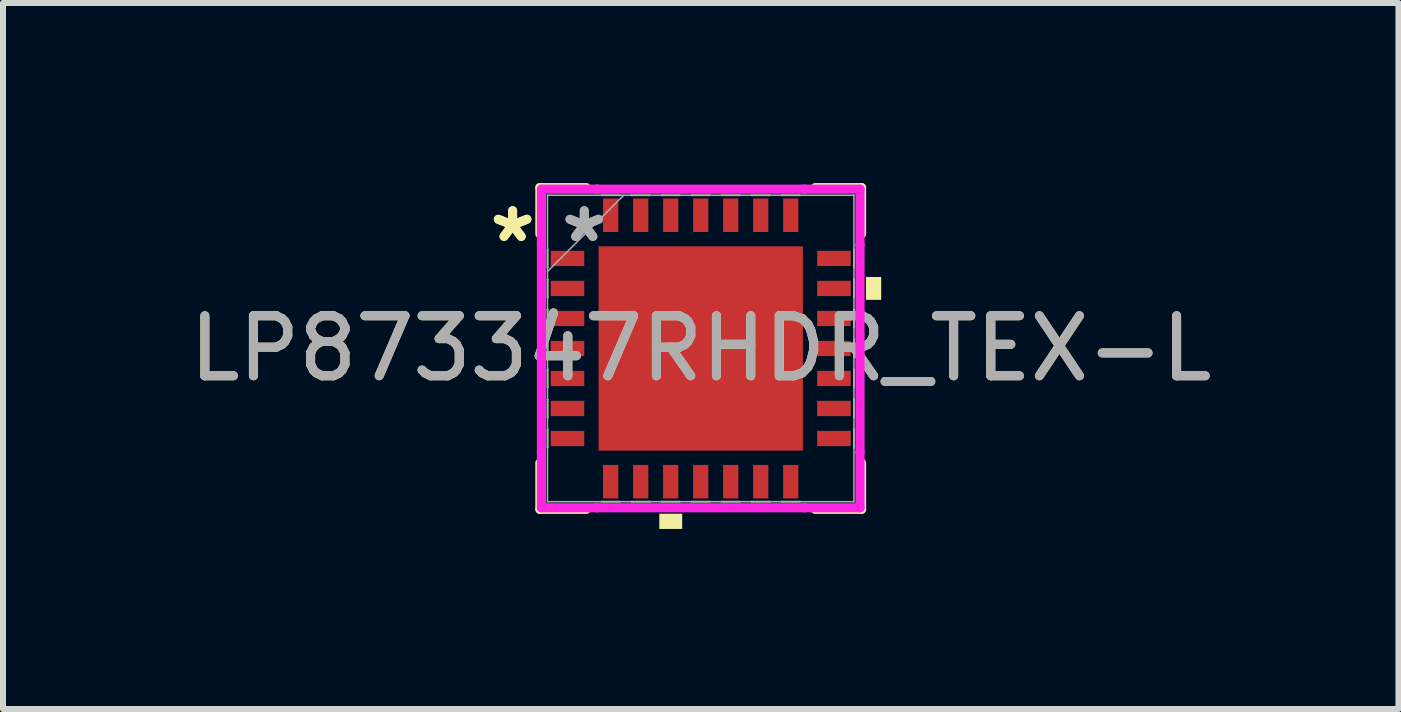
<source format=kicad_pcb>
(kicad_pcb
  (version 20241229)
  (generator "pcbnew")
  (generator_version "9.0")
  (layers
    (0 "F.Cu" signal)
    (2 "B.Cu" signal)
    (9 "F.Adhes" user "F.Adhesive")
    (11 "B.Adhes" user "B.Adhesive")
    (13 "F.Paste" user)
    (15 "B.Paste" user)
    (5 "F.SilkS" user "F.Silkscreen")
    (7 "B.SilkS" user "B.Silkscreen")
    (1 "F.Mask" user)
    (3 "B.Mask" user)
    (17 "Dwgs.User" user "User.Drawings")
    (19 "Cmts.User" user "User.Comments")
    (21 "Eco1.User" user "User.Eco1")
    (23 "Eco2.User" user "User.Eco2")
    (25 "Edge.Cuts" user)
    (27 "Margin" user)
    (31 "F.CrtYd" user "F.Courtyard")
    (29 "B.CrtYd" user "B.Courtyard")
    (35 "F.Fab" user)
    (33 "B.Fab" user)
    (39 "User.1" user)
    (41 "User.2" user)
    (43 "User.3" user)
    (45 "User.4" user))
  (footprint "LP873347RHDR_TEX-L"
    (layer "F.Cu")
    (at 8.625 2.756)
    (property "Reference" "LP873347RHDR_TEX-L" (at 0 0 0) (unlocked yes) (layer "F.SilkS") (effects (font (size 1 1) (thickness 0.15))))
    (attr smd)
    (fp_line (start -2.68 -2.68) (end -2.68 -1.907) (stroke (width 0.152) (type solid)) (layer "F.SilkS"))
    (fp_line (start -2.68 1.907) (end -2.68 2.68) (stroke (width 0.152) (type solid)) (layer "F.SilkS"))
    (fp_line (start -2.68 2.68) (end -1.907 2.68) (stroke (width 0.152) (type solid)) (layer "F.SilkS"))
    (fp_line (start -1.907 -2.68) (end -2.68 -2.68) (stroke (width 0.152) (type solid)) (layer "F.SilkS"))
    (fp_line (start 1.907 2.68) (end 2.68 2.68) (stroke (width 0.152) (type solid)) (layer "F.SilkS"))
    (fp_line (start 2.68 -2.68) (end 1.907 -2.68) (stroke (width 0.152) (type solid)) (layer "F.SilkS"))
    (fp_line (start 2.68 -1.907) (end 2.68 -2.68) (stroke (width 0.152) (type solid)) (layer "F.SilkS"))
    (fp_line (start 2.68 2.68) (end 2.68 1.907) (stroke (width 0.152) (type solid)) (layer "F.SilkS"))
    (fp_poly (pts (xy -0.69 2.753) (xy -0.69 3.007) (xy -0.309 3.007) (xy -0.309 2.753)) (stroke (width 0) (type solid)) (fill yes) (layer "F.SilkS"))
    (fp_poly (pts (xy 3.007 -1.191) (xy 3.007 -0.81) (xy 2.753 -0.81) (xy 2.753 -1.191)) (stroke (width 0) (type solid)) (fill yes) (layer "F.SilkS"))
    (fp_poly (pts (xy -1.602 -1.602) (xy -1.602 -0.1) (xy -0.1 -0.1) (xy -0.1 -1.602)) (stroke (width 0) (type solid)) (fill yes) (layer "F.Paste"))
    (fp_poly (pts (xy -1.602 0.1) (xy -1.602 1.602) (xy -0.1 1.602) (xy -0.1 0.1)) (stroke (width 0) (type solid)) (fill yes) (layer "F.Paste"))
    (fp_poly (pts (xy 0.1 -1.602) (xy 0.1 -0.1) (xy 1.602 -0.1) (xy 1.602 -1.602)) (stroke (width 0) (type solid)) (fill yes) (layer "F.Paste"))
    (fp_poly (pts (xy 0.1 0.1) (xy 0.1 1.602) (xy 1.602 1.602) (xy 1.602 0.1)) (stroke (width 0) (type solid)) (fill yes) (layer "F.Paste"))
    (fp_line (start -2.654 -2.654) (end -1.729 -2.654) (stroke (width 0.152) (type solid)) (layer "F.CrtYd"))
    (fp_line (start -2.654 -1.729) (end -2.654 -2.654) (stroke (width 0.152) (type solid)) (layer "F.CrtYd"))
    (fp_line (start -2.654 -1.729) (end -2.654 -1.729) (stroke (width 0.152) (type solid)) (layer "F.CrtYd"))
    (fp_line (start -2.654 1.729) (end -2.654 -1.729) (stroke (width 0.152) (type solid)) (layer "F.CrtYd"))
    (fp_line (start -2.654 1.729) (end -2.654 1.729) (stroke (width 0.152) (type solid)) (layer "F.CrtYd"))
    (fp_line (start -2.654 2.654) (end -2.654 1.729) (stroke (width 0.152) (type solid)) (layer "F.CrtYd"))
    (fp_line (start -1.729 -2.654) (end -1.729 -2.654) (stroke (width 0.152) (type solid)) (layer "F.CrtYd"))
    (fp_line (start -1.729 -2.654) (end 1.729 -2.654) (stroke (width 0.152) (type solid)) (layer "F.CrtYd"))
    (fp_line (start -1.729 2.654) (end -2.654 2.654) (stroke (width 0.152) (type solid)) (layer "F.CrtYd"))
    (fp_line (start -1.729 2.654) (end -1.729 2.654) (stroke (width 0.152) (type solid)) (layer "F.CrtYd"))
    (fp_line (start 1.729 -2.654) (end 1.729 -2.654) (stroke (width 0.152) (type solid)) (layer "F.CrtYd"))
    (fp_line (start 1.729 -2.654) (end 2.654 -2.654) (stroke (width 0.152) (type solid)) (layer "F.CrtYd"))
    (fp_line (start 1.729 2.654) (end -1.729 2.654) (stroke (width 0.152) (type solid)) (layer "F.CrtYd"))
    (fp_line (start 1.729 2.654) (end 1.729 2.654) (stroke (width 0.152) (type solid)) (layer "F.CrtYd"))
    (fp_line (start 2.654 -2.654) (end 2.654 -1.729) (stroke (width 0.152) (type solid)) (layer "F.CrtYd"))
    (fp_line (start 2.654 -1.729) (end 2.654 -1.729) (stroke (width 0.152) (type solid)) (layer "F.CrtYd"))
    (fp_line (start 2.654 -1.729) (end 2.654 1.729) (stroke (width 0.152) (type solid)) (layer "F.CrtYd"))
    (fp_line (start 2.654 1.729) (end 2.654 1.729) (stroke (width 0.152) (type solid)) (layer "F.CrtYd"))
    (fp_line (start 2.654 1.729) (end 2.654 2.654) (stroke (width 0.152) (type solid)) (layer "F.CrtYd"))
    (fp_line (start 2.654 2.654) (end 1.729 2.654) (stroke (width 0.152) (type solid)) (layer "F.CrtYd"))
    (fp_line (start -2.553 -2.553) (end -2.553 -2.553) (stroke (width 0.025) (type solid)) (layer "F.Fab"))
    (fp_line (start -2.553 -2.553) (end -2.553 2.553) (stroke (width 0.025) (type solid)) (layer "F.Fab"))
    (fp_line (start -2.553 -1.652) (end -2.55 -1.652) (stroke (width 0.025) (type solid)) (layer "F.Fab"))
    (fp_line (start -2.553 -1.348) (end -2.553 -1.652) (stroke (width 0.025) (type solid)) (layer "F.Fab"))
    (fp_line (start -2.553 -1.283) (end -1.283 -2.553) (stroke (width 0.025) (type solid)) (layer "F.Fab"))
    (fp_line (start -2.553 -1.152) (end -2.55 -1.152) (stroke (width 0.025) (type solid)) (layer "F.Fab"))
    (fp_line (start -2.553 -0.848) (end -2.553 -1.152) (stroke (width 0.025) (type solid)) (layer "F.Fab"))
    (fp_line (start -2.553 -0.652) (end -2.55 -0.652) (stroke (width 0.025) (type solid)) (layer "F.Fab"))
    (fp_line (start -2.553 -0.348) (end -2.553 -0.652) (stroke (width 0.025) (type solid)) (layer "F.Fab"))
    (fp_line (start -2.553 -0.152) (end -2.55 -0.152) (stroke (width 0.025) (type solid)) (layer "F.Fab"))
    (fp_line (start -2.553 0.152) (end -2.553 -0.152) (stroke (width 0.025) (type solid)) (layer "F.Fab"))
    (fp_line (start -2.553 0.348) (end -2.55 0.348) (stroke (width 0.025) (type solid)) (layer "F.Fab"))
    (fp_line (start -2.553 0.652) (end -2.553 0.348) (stroke (width 0.025) (type solid)) (layer "F.Fab"))
    (fp_line (start -2.553 0.848) (end -2.55 0.848) (stroke (width 0.025) (type solid)) (layer "F.Fab"))
    (fp_line (start -2.553 1.152) (end -2.553 0.848) (stroke (width 0.025) (type solid)) (layer "F.Fab"))
    (fp_line (start -2.553 1.348) (end -2.55 1.348) (stroke (width 0.025) (type solid)) (layer "F.Fab"))
    (fp_line (start -2.553 1.652) (end -2.553 1.348) (stroke (width 0.025) (type solid)) (layer "F.Fab"))
    (fp_line (start -2.553 2.553) (end -2.553 2.553) (stroke (width 0.025) (type solid)) (layer "F.Fab"))
    (fp_line (start -2.553 2.553) (end 2.553 2.553) (stroke (width 0.025) (type solid)) (layer "F.Fab"))
    (fp_line (start -2.55 -1.652) (end -2.55 -1.348) (stroke (width 0.025) (type solid)) (layer "F.Fab"))
    (fp_line (start -2.55 -1.348) (end -2.553 -1.348) (stroke (width 0.025) (type solid)) (layer "F.Fab"))
    (fp_line (start -2.55 -1.152) (end -2.55 -0.848) (stroke (width 0.025) (type solid)) (layer "F.Fab"))
    (fp_line (start -2.55 -0.848) (end -2.553 -0.848) (stroke (width 0.025) (type solid)) (layer "F.Fab"))
    (fp_line (start -2.55 -0.652) (end -2.55 -0.348) (stroke (width 0.025) (type solid)) (layer "F.Fab"))
    (fp_line (start -2.55 -0.348) (end -2.553 -0.348) (stroke (width 0.025) (type solid)) (layer "F.Fab"))
    (fp_line (start -2.55 -0.152) (end -2.55 0.152) (stroke (width 0.025) (type solid)) (layer "F.Fab"))
    (fp_line (start -2.55 0.152) (end -2.553 0.152) (stroke (width 0.025) (type solid)) (layer "F.Fab"))
    (fp_line (start -2.55 0.348) (end -2.55 0.652) (stroke (width 0.025) (type solid)) (layer "F.Fab"))
    (fp_line (start -2.55 0.652) (end -2.553 0.652) (stroke (width 0.025) (type solid)) (layer "F.Fab"))
    (fp_line (start -2.55 0.848) (end -2.55 1.152) (stroke (width 0.025) (type solid)) (layer "F.Fab"))
    (fp_line (start -2.55 1.152) (end -2.553 1.152) (stroke (width 0.025) (type solid)) (layer "F.Fab"))
    (fp_line (start -2.55 1.348) (end -2.55 1.652) (stroke (width 0.025) (type solid)) (layer "F.Fab"))
    (fp_line (start -2.55 1.652) (end -2.553 1.652) (stroke (width 0.025) (type solid)) (layer "F.Fab"))
    (fp_line (start -1.652 -2.553) (end -1.348 -2.553) (stroke (width 0.025) (type solid)) (layer "F.Fab"))
    (fp_line (start -1.652 -2.55) (end -1.652 -2.553) (stroke (width 0.025) (type solid)) (layer "F.Fab"))
    (fp_line (start -1.652 2.55) (end -1.348 2.55) (stroke (width 0.025) (type solid)) (layer "F.Fab"))
    (fp_line (start -1.652 2.553) (end -1.652 2.55) (stroke (width 0.025) (type solid)) (layer "F.Fab"))
    (fp_line (start -1.348 -2.553) (end -1.348 -2.55) (stroke (width 0.025) (type solid)) (layer "F.Fab"))
    (fp_line (start -1.348 -2.55) (end -1.652 -2.55) (stroke (width 0.025) (type solid)) (layer "F.Fab"))
    (fp_line (start -1.348 2.55) (end -1.348 2.553) (stroke (width 0.025) (type solid)) (layer "F.Fab"))
    (fp_line (start -1.348 2.553) (end -1.652 2.553) (stroke (width 0.025) (type solid)) (layer "F.Fab"))
    (fp_line (start -1.152 -2.553) (end -0.848 -2.553) (stroke (width 0.025) (type solid)) (layer "F.Fab"))
    (fp_line (start -1.152 -2.55) (end -1.152 -2.553) (stroke (width 0.025) (type solid)) (layer "F.Fab"))
    (fp_line (start -1.152 2.55) (end -0.848 2.55) (stroke (width 0.025) (type solid)) (layer "F.Fab"))
    (fp_line (start -1.152 2.553) (end -1.152 2.55) (stroke (width 0.025) (type solid)) (layer "F.Fab"))
    (fp_line (start -0.848 -2.553) (end -0.848 -2.55) (stroke (width 0.025) (type solid)) (layer "F.Fab"))
    (fp_line (start -0.848 -2.55) (end -1.152 -2.55) (stroke (width 0.025) (type solid)) (layer "F.Fab"))
    (fp_line (start -0.848 2.55) (end -0.848 2.553) (stroke (width 0.025) (type solid)) (layer "F.Fab"))
    (fp_line (start -0.848 2.553) (end -1.152 2.553) (stroke (width 0.025) (type solid)) (layer "F.Fab"))
    (fp_line (start -0.652 -2.553) (end -0.348 -2.553) (stroke (width 0.025) (type solid)) (layer "F.Fab"))
    (fp_line (start -0.652 -2.55) (end -0.652 -2.553) (stroke (width 0.025) (type solid)) (layer "F.Fab"))
    (fp_line (start -0.652 2.55) (end -0.348 2.55) (stroke (width 0.025) (type solid)) (layer "F.Fab"))
    (fp_line (start -0.652 2.553) (end -0.652 2.55) (stroke (width 0.025) (type solid)) (layer "F.Fab"))
    (fp_line (start -0.348 -2.553) (end -0.348 -2.55) (stroke (width 0.025) (type solid)) (layer "F.Fab"))
    (fp_line (start -0.348 -2.55) (end -0.652 -2.55) (stroke (width 0.025) (type solid)) (layer "F.Fab"))
    (fp_line (start -0.348 2.55) (end -0.348 2.553) (stroke (width 0.025) (type solid)) (layer "F.Fab"))
    (fp_line (start -0.348 2.553) (end -0.652 2.553) (stroke (width 0.025) (type solid)) (layer "F.Fab"))
    (fp_line (start -0.152 -2.553) (end 0.152 -2.553) (stroke (width 0.025) (type solid)) (layer "F.Fab"))
    (fp_line (start -0.152 -2.55) (end -0.152 -2.553) (stroke (width 0.025) (type solid)) (layer "F.Fab"))
    (fp_line (start -0.152 2.55) (end 0.152 2.55) (stroke (width 0.025) (type solid)) (layer "F.Fab"))
    (fp_line (start -0.152 2.553) (end -0.152 2.55) (stroke (width 0.025) (type solid)) (layer "F.Fab"))
    (fp_line (start 0.152 -2.553) (end 0.152 -2.55) (stroke (width 0.025) (type solid)) (layer "F.Fab"))
    (fp_line (start 0.152 -2.55) (end -0.152 -2.55) (stroke (width 0.025) (type solid)) (layer "F.Fab"))
    (fp_line (start 0.152 2.55) (end 0.152 2.553) (stroke (width 0.025) (type solid)) (layer "F.Fab"))
    (fp_line (start 0.152 2.553) (end -0.152 2.553) (stroke (width 0.025) (type solid)) (layer "F.Fab"))
    (fp_line (start 0.348 -2.553) (end 0.652 -2.553) (stroke (width 0.025) (type solid)) (layer "F.Fab"))
    (fp_line (start 0.348 -2.55) (end 0.348 -2.553) (stroke (width 0.025) (type solid)) (layer "F.Fab"))
    (fp_line (start 0.348 2.55) (end 0.652 2.55) (stroke (width 0.025) (type solid)) (layer "F.Fab"))
    (fp_line (start 0.348 2.553) (end 0.348 2.55) (stroke (width 0.025) (type solid)) (layer "F.Fab"))
    (fp_line (start 0.652 -2.553) (end 0.652 -2.55) (stroke (width 0.025) (type solid)) (layer "F.Fab"))
    (fp_line (start 0.652 -2.55) (end 0.348 -2.55) (stroke (width 0.025) (type solid)) (layer "F.Fab"))
    (fp_line (start 0.652 2.55) (end 0.652 2.553) (stroke (width 0.025) (type solid)) (layer "F.Fab"))
    (fp_line (start 0.652 2.553) (end 0.348 2.553) (stroke (width 0.025) (type solid)) (layer "F.Fab"))
    (fp_line (start 0.848 -2.553) (end 1.152 -2.553) (stroke (width 0.025) (type solid)) (layer "F.Fab"))
    (fp_line (start 0.848 -2.55) (end 0.848 -2.553) (stroke (width 0.025) (type solid)) (layer "F.Fab"))
    (fp_line (start 0.848 2.55) (end 1.152 2.55) (stroke (width 0.025) (type solid)) (layer "F.Fab"))
    (fp_line (start 0.848 2.553) (end 0.848 2.55) (stroke (width 0.025) (type solid)) (layer "F.Fab"))
    (fp_line (start 1.152 -2.553) (end 1.152 -2.55) (stroke (width 0.025) (type solid)) (layer "F.Fab"))
    (fp_line (start 1.152 -2.55) (end 0.848 -2.55) (stroke (width 0.025) (type solid)) (layer "F.Fab"))
    (fp_line (start 1.152 2.55) (end 1.152 2.553) (stroke (width 0.025) (type solid)) (layer "F.Fab"))
    (fp_line (start 1.152 2.553) (end 0.848 2.553) (stroke (width 0.025) (type solid)) (layer "F.Fab"))
    (fp_line (start 1.348 -2.553) (end 1.652 -2.553) (stroke (width 0.025) (type solid)) (layer "F.Fab"))
    (fp_line (start 1.348 -2.55) (end 1.348 -2.553) (stroke (width 0.025) (type solid)) (layer "F.Fab"))
    (fp_line (start 1.348 2.55) (end 1.652 2.55) (stroke (width 0.025) (type solid)) (layer "F.Fab"))
    (fp_line (start 1.348 2.553) (end 1.348 2.55) (stroke (width 0.025) (type solid)) (layer "F.Fab"))
    (fp_line (start 1.652 -2.553) (end 1.652 -2.55) (stroke (width 0.025) (type solid)) (layer "F.Fab"))
    (fp_line (start 1.652 -2.55) (end 1.348 -2.55) (stroke (width 0.025) (type solid)) (layer "F.Fab"))
    (fp_line (start 1.652 2.55) (end 1.652 2.553) (stroke (width 0.025) (type solid)) (layer "F.Fab"))
    (fp_line (start 1.652 2.553) (end 1.348 2.553) (stroke (width 0.025) (type solid)) (layer "F.Fab"))
    (fp_line (start 2.55 -1.652) (end 2.553 -1.652) (stroke (width 0.025) (type solid)) (layer "F.Fab"))
    (fp_line (start 2.55 -1.348) (end 2.55 -1.652) (stroke (width 0.025) (type solid)) (layer "F.Fab"))
    (fp_line (start 2.55 -1.152) (end 2.553 -1.152) (stroke (width 0.025) (type solid)) (layer "F.Fab"))
    (fp_line (start 2.55 -0.848) (end 2.55 -1.152) (stroke (width 0.025) (type solid)) (layer "F.Fab"))
    (fp_line (start 2.55 -0.652) (end 2.553 -0.652) (stroke (width 0.025) (type solid)) (layer "F.Fab"))
    (fp_line (start 2.55 -0.348) (end 2.55 -0.652) (stroke (width 0.025) (type solid)) (layer "F.Fab"))
    (fp_line (start 2.55 -0.152) (end 2.553 -0.152) (stroke (width 0.025) (type solid)) (layer "F.Fab"))
    (fp_line (start 2.55 0.152) (end 2.55 -0.152) (stroke (width 0.025) (type solid)) (layer "F.Fab"))
    (fp_line (start 2.55 0.348) (end 2.553 0.348) (stroke (width 0.025) (type solid)) (layer "F.Fab"))
    (fp_line (start 2.55 0.652) (end 2.55 0.348) (stroke (width 0.025) (type solid)) (layer "F.Fab"))
    (fp_line (start 2.55 0.848) (end 2.553 0.848) (stroke (width 0.025) (type solid)) (layer "F.Fab"))
    (fp_line (start 2.55 1.152) (end 2.55 0.848) (stroke (width 0.025) (type solid)) (layer "F.Fab"))
    (fp_line (start 2.55 1.348) (end 2.553 1.348) (stroke (width 0.025) (type solid)) (layer "F.Fab"))
    (fp_line (start 2.55 1.652) (end 2.55 1.348) (stroke (width 0.025) (type solid)) (layer "F.Fab"))
    (fp_line (start 2.553 -2.553) (end -2.553 -2.553) (stroke (width 0.025) (type solid)) (layer "F.Fab"))
    (fp_line (start 2.553 -2.553) (end 2.553 -2.553) (stroke (width 0.025) (type solid)) (layer "F.Fab"))
    (fp_line (start 2.553 -1.652) (end 2.553 -1.348) (stroke (width 0.025) (type solid)) (layer "F.Fab"))
    (fp_line (start 2.553 -1.348) (end 2.55 -1.348) (stroke (width 0.025) (type solid)) (layer "F.Fab"))
    (fp_line (start 2.553 -1.152) (end 2.553 -0.848) (stroke (width 0.025) (type solid)) (layer "F.Fab"))
    (fp_line (start 2.553 -0.848) (end 2.55 -0.848) (stroke (width 0.025) (type solid)) (layer "F.Fab"))
    (fp_line (start 2.553 -0.652) (end 2.553 -0.348) (stroke (width 0.025) (type solid)) (layer "F.Fab"))
    (fp_line (start 2.553 -0.348) (end 2.55 -0.348) (stroke (width 0.025) (type solid)) (layer "F.Fab"))
    (fp_line (start 2.553 -0.152) (end 2.553 0.152) (stroke (width 0.025) (type solid)) (layer "F.Fab"))
    (fp_line (start 2.553 0.152) (end 2.55 0.152) (stroke (width 0.025) (type solid)) (layer "F.Fab"))
    (fp_line (start 2.553 0.348) (end 2.553 0.652) (stroke (width 0.025) (type solid)) (layer "F.Fab"))
    (fp_line (start 2.553 0.652) (end 2.55 0.652) (stroke (width 0.025) (type solid)) (layer "F.Fab"))
    (fp_line (start 2.553 0.848) (end 2.553 1.152) (stroke (width 0.025) (type solid)) (layer "F.Fab"))
    (fp_line (start 2.553 1.152) (end 2.55 1.152) (stroke (width 0.025) (type solid)) (layer "F.Fab"))
    (fp_line (start 2.553 1.348) (end 2.553 1.652) (stroke (width 0.025) (type solid)) (layer "F.Fab"))
    (fp_line (start 2.553 1.652) (end 2.55 1.652) (stroke (width 0.025) (type solid)) (layer "F.Fab"))
    (fp_line (start 2.553 2.553) (end 2.553 -2.553) (stroke (width 0.025) (type solid)) (layer "F.Fab"))
    (fp_line (start 2.553 2.553) (end 2.553 2.553) (stroke (width 0.025) (type solid)) (layer "F.Fab"))
    (fp_text user "*" (at -3.134 -1.75 0) (layer "F.SilkS") (effects (font (size 1 1) (thickness 0.15))))
    (fp_text user "*" (at -3.134 -1.75 0) (unlocked yes) (layer "F.SilkS") (effects (font (size 1 1) (thickness 0.15))))
    (fp_text user "${REFERENCE}" (at 0 0 0) (unlocked yes) (layer "F.Fab") (effects (font (size 1 1) (thickness 0.15))))
    (fp_text user "*" (at -1.94 -1.75 0) (layer "F.Fab") (effects (font (size 1 1) (thickness 0.15))))
    (fp_text user "*" (at -1.94 -1.75 0) (unlocked yes) (layer "F.Fab") (effects (font (size 1 1) (thickness 0.15))))
    (pad "1" smd rect (at -2.22 -1.5 90) (size 0.254 0.559) (layers "F.Cu" "F.Mask" "F.Paste"))
    (pad "2" smd rect (at -2.22 -1 90) (size 0.254 0.559) (layers "F.Cu" "F.Mask" "F.Paste"))
    (pad "3" smd rect (at -2.22 -0.5 90) (size 0.254 0.559) (layers "F.Cu" "F.Mask" "F.Paste"))
    (pad "4" smd rect (at -2.22 0 90) (size 0.254 0.559) (layers "F.Cu" "F.Mask" "F.Paste"))
    (pad "5" smd rect (at -2.22 0.5 90) (size 0.254 0.559) (layers "F.Cu" "F.Mask" "F.Paste"))
    (pad "6" smd rect (at -2.22 1 90) (size 0.254 0.559) (layers "F.Cu" "F.Mask" "F.Paste"))
    (pad "7" smd rect (at -2.22 1.5 90) (size 0.254 0.559) (layers "F.Cu" "F.Mask" "F.Paste"))
    (pad "8" smd rect (at -1.5 2.22) (size 0.254 0.559) (layers "F.Cu" "F.Mask" "F.Paste"))
    (pad "9" smd rect (at -1 2.22) (size 0.254 0.559) (layers "F.Cu" "F.Mask" "F.Paste"))
    (pad "10" smd rect (at -0.5 2.22) (size 0.254 0.559) (layers "F.Cu" "F.Mask" "F.Paste"))
    (pad "11" smd rect (at 0 2.22) (size 0.254 0.559) (layers "F.Cu" "F.Mask" "F.Paste"))
    (pad "12" smd rect (at 0.5 2.22) (size 0.254 0.559) (layers "F.Cu" "F.Mask" "F.Paste"))
    (pad "13" smd rect (at 1 2.22) (size 0.254 0.559) (layers "F.Cu" "F.Mask" "F.Paste"))
    (pad "14" smd rect (at 1.5 2.22) (size 0.254 0.559) (layers "F.Cu" "F.Mask" "F.Paste"))
    (pad "15" smd rect (at 2.22 1.5 90) (size 0.254 0.559) (layers "F.Cu" "F.Mask" "F.Paste"))
    (pad "16" smd rect (at 2.22 1 90) (size 0.254 0.559) (layers "F.Cu" "F.Mask" "F.Paste"))
    (pad "17" smd rect (at 2.22 0.5 90) (size 0.254 0.559) (layers "F.Cu" "F.Mask" "F.Paste"))
    (pad "18" smd rect (at 2.22 0 90) (size 0.254 0.559) (layers "F.Cu" "F.Mask" "F.Paste"))
    (pad "19" smd rect (at 2.22 -0.5 90) (size 0.254 0.559) (layers "F.Cu" "F.Mask" "F.Paste"))
    (pad "20" smd rect (at 2.22 -1 90) (size 0.254 0.559) (layers "F.Cu" "F.Mask" "F.Paste"))
    (pad "21" smd rect (at 2.22 -1.5 90) (size 0.254 0.559) (layers "F.Cu" "F.Mask" "F.Paste"))
    (pad "22" smd rect (at 1.5 -2.22) (size 0.254 0.559) (layers "F.Cu" "F.Mask" "F.Paste"))
    (pad "23" smd rect (at 1 -2.22) (size 0.254 0.559) (layers "F.Cu" "F.Mask" "F.Paste"))
    (pad "24" smd rect (at 0.5 -2.22) (size 0.254 0.559) (layers "F.Cu" "F.Mask" "F.Paste"))
    (pad "25" smd rect (at 0 -2.22) (size 0.254 0.559) (layers "F.Cu" "F.Mask" "F.Paste"))
    (pad "26" smd rect (at -0.5 -2.22) (size 0.254 0.559) (layers "F.Cu" "F.Mask" "F.Paste"))
    (pad "27" smd rect (at -1 -2.22) (size 0.254 0.559) (layers "F.Cu" "F.Mask" "F.Paste"))
    (pad "28" smd rect (at -1.5 -2.22) (size 0.254 0.559) (layers "F.Cu" "F.Mask" "F.Paste"))
    (pad "29" smd rect (at 0 0) (size 3.404 3.404) (layers "F.Cu" "F.Mask")))
  (gr_rect
    (start -3 -3)
    (end 20.25 8.763)
    (stroke (width 0.1) (type default))
    (fill no)
    (layer "Edge.Cuts")))
</source>
